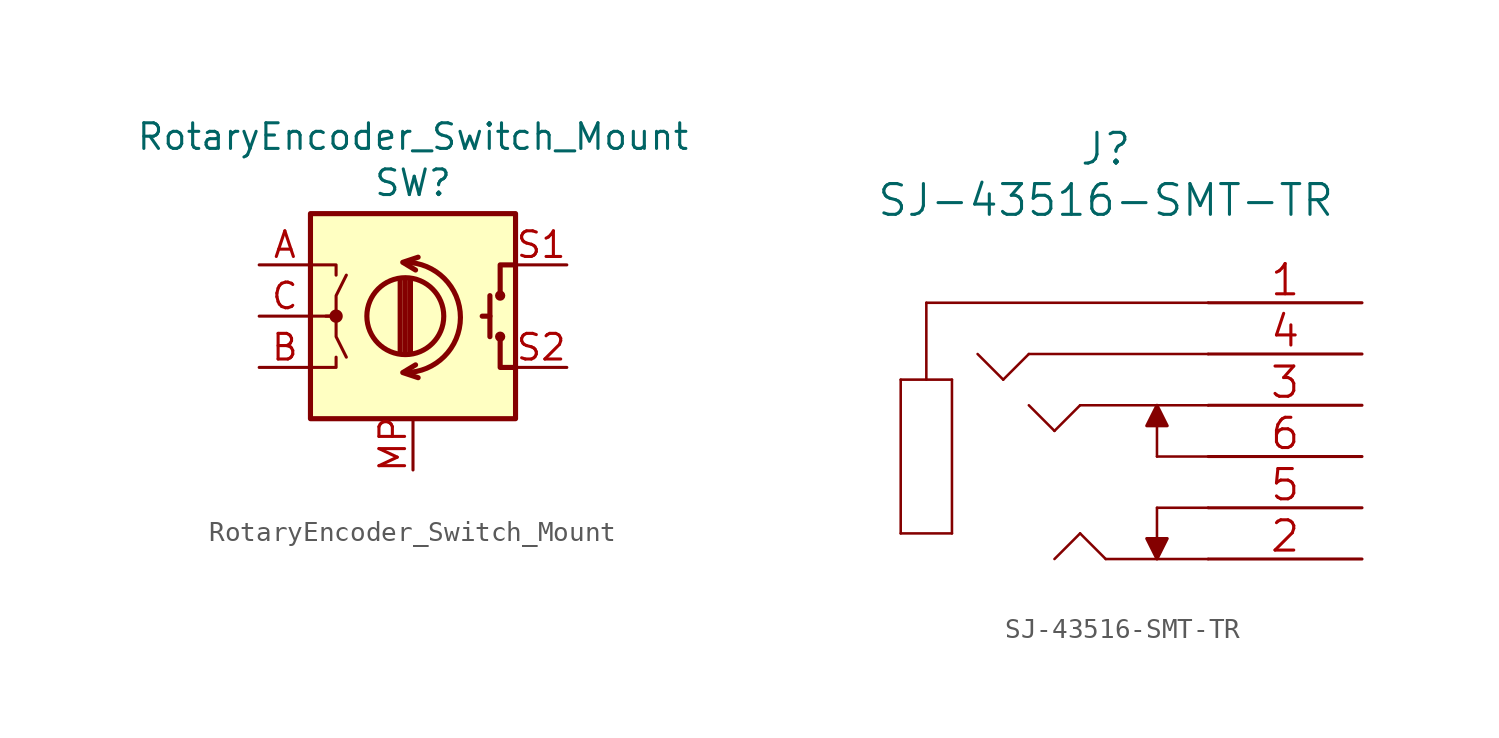
<source format=kicad_sym>
(kicad_symbol_lib
  (version 20211014)
  (generator kicad_symbol_editor)
  (symbol "RotaryEncoder_Switch_Mount"
    (pin_names
      (offset 0.254) hide)
    (property "Reference" "SW"
      (at 0 6.604 0)
      (effects (font (size 1.27 1.27))))
    (property "Value" "RotaryEncoder_Switch_Mount"
      (at 0 8.89 0)
      (effects (font (size 1.27 1.27))))
    (symbol "RotaryEncoder_Switch_Mount_0_1"
      (rectangle (start -5.08 5.08) (end 5.08 -5.08) (stroke (width 0.254) (type default) (color 0 0 0 0)) (fill (type background)))
      (circle (center -3.81 0) (radius 0.254) (stroke (width 0) (type default) (color 0 0 0 0)) (fill (type outline)))
      (arc (start -0.381 -2.794) (mid 2.3622 -0.0508) (end -0.381 2.667) (stroke (width 0.254) (type default) (color 0 0 0 0)) (fill (type none)))
      (circle (center -0.381 0) (radius 1.905) (stroke (width 0.254) (type default) (color 0 0 0 0)) (fill (type none)))
      (polyline (pts (xy -0.635 -1.778) (xy -0.635 1.778)) (stroke (width 0.254) (type default) (color 0 0 0 0)) (fill (type none)))
      (polyline (pts (xy -0.381 -1.778) (xy -0.381 1.778)) (stroke (width 0.254) (type default) (color 0 0 0 0)) (fill (type none)))
      (polyline (pts (xy -0.127 1.778) (xy -0.127 -1.778)) (stroke (width 0.254) (type default) (color 0 0 0 0)) (fill (type none)))
      (polyline (pts (xy 3.81 0) (xy 3.429 0)) (stroke (width 0.254) (type default) (color 0 0 0 0)) (fill (type none)))
      (polyline (pts (xy 3.81 1.016) (xy 3.81 -1.016)) (stroke (width 0.254) (type default) (color 0 0 0 0)) (fill (type none)))
      (polyline (pts (xy -5.08 -2.54) (xy -3.81 -2.54) (xy -3.81 -2.032)) (stroke (width 0) (type default) (color 0 0 0 0)) (fill (type none)))
      (polyline (pts (xy -5.08 2.54) (xy -3.81 2.54) (xy -3.81 2.032)) (stroke (width 0) (type default) (color 0 0 0 0)) (fill (type none)))
      (polyline (pts (xy 0.254 -3.048) (xy -0.508 -2.794) (xy 0.127 -2.413)) (stroke (width 0.254) (type default) (color 0 0 0 0)) (fill (type none)))
      (polyline (pts (xy 0.254 2.921) (xy -0.508 2.667) (xy 0.127 2.286)) (stroke (width 0.254) (type default) (color 0 0 0 0)) (fill (type none)))
      (polyline (pts (xy 5.08 -2.54) (xy 4.318 -2.54) (xy 4.318 -1.016)) (stroke (width 0.254) (type default) (color 0 0 0 0)) (fill (type none)))
      (polyline (pts (xy 5.08 2.54) (xy 4.318 2.54) (xy 4.318 1.016)) (stroke (width 0.254) (type default) (color 0 0 0 0)) (fill (type none)))
      (polyline (pts (xy -5.08 0) (xy -3.81 0) (xy -3.81 -1.016) (xy -3.302 -2.032)) (stroke (width 0) (type default) (color 0 0 0 0)) (fill (type none)))
      (polyline (pts (xy -4.318 0) (xy -3.81 0) (xy -3.81 1.016) (xy -3.302 2.032)) (stroke (width 0) (type default) (color 0 0 0 0)) (fill (type none)))
      (circle (center 4.318 -1.016) (radius 0.127) (stroke (width 0.254) (type default) (color 0 0 0 0)) (fill (type none)))
      (circle (center 4.318 1.016) (radius 0.127) (stroke (width 0.254) (type default) (color 0 0 0 0)) (fill (type none))))
    (symbol "RotaryEncoder_Switch_Mount_1_1"
      (pin passive line (at -7.62 2.54 0) (length 2.54) (name "A" (effects (font (size 1.27 1.27)))) (number "A" (effects (font (size 1.27 1.27)))))
      (pin passive line (at -7.62 -2.54 0) (length 2.54) (name "B" (effects (font (size 1.27 1.27)))) (number "B" (effects (font (size 1.27 1.27)))))
      (pin passive line (at -7.62 0 0) (length 2.54) (name "C" (effects (font (size 1.27 1.27)))) (number "C" (effects (font (size 1.27 1.27)))))
      (pin passive line (at 0 -7.62 90) (length 2.54) (name "MP" (effects (font (size 1.27 1.27)))) (number "MP" (effects (font (size 1.27 1.27)))))
      (pin passive line (at 7.62 2.54 180) (length 2.54) (name "S1" (effects (font (size 1.27 1.27)))) (number "S1" (effects (font (size 1.27 1.27)))))
      (pin passive line (at 7.62 -2.54 180) (length 2.54) (name "S2" (effects (font (size 1.27 1.27)))) (number "S2" (effects (font (size 1.27 1.27)))))))
  (symbol "SJ-43516-SMT-TR"
    (pin_names
      (offset -0.254) hide)
    (property "Reference" "J"
      (at -12.7 7.62 0)
      (effects (font (size 1.524 1.524))))
    (property "Value" "SJ-43516-SMT-TR"
      (at -12.7 5.08 0)
      (effects (font (size 1.524 1.524))))
    (symbol "SJ-43516-SMT-TR_1_1"
      (polyline (pts (xy -22.86 -11.43) (xy -22.86 -3.81)) (stroke (width 0.127) (type default) (color 0 0 0 0)) (fill (type none)))
      (polyline (pts (xy -22.86 -3.81) (xy -20.32 -3.81)) (stroke (width 0.127) (type default) (color 0 0 0 0)) (fill (type none)))
      (polyline (pts (xy -21.59 0) (xy -21.59 -3.81)) (stroke (width 0.127) (type default) (color 0 0 0 0)) (fill (type none)))
      (polyline (pts (xy -20.32 -11.43) (xy -22.86 -11.43)) (stroke (width 0.127) (type default) (color 0 0 0 0)) (fill (type none)))
      (polyline (pts (xy -20.32 -3.81) (xy -20.32 -11.43)) (stroke (width 0.127) (type default) (color 0 0 0 0)) (fill (type none)))
      (polyline (pts (xy -17.78 -3.81) (xy -19.05 -2.54)) (stroke (width 0.127) (type default) (color 0 0 0 0)) (fill (type none)))
      (polyline (pts (xy -17.78 -3.81) (xy -16.51 -2.54)) (stroke (width 0.127) (type default) (color 0 0 0 0)) (fill (type none)))
      (polyline (pts (xy -15.24 -6.35) (xy -16.51 -5.08)) (stroke (width 0.127) (type default) (color 0 0 0 0)) (fill (type none)))
      (polyline (pts (xy -13.97 -11.43) (xy -15.24 -12.7)) (stroke (width 0.127) (type default) (color 0 0 0 0)) (fill (type none)))
      (polyline (pts (xy -13.97 -5.08) (xy -15.24 -6.35)) (stroke (width 0.127) (type default) (color 0 0 0 0)) (fill (type none)))
      (polyline (pts (xy -12.7 -12.7) (xy -13.97 -11.43)) (stroke (width 0.127) (type default) (color 0 0 0 0)) (fill (type none)))
      (polyline (pts (xy -10.16 -10.16) (xy -10.16 -11.684)) (stroke (width 0.127) (type default) (color 0 0 0 0)) (fill (type none)))
      (polyline (pts (xy -10.16 -10.16) (xy -7.62 -10.16)) (stroke (width 0.127) (type default) (color 0 0 0 0)) (fill (type none)))
      (polyline (pts (xy -10.16 -6.096) (xy -10.16 -7.62)) (stroke (width 0.127) (type default) (color 0 0 0 0)) (fill (type none)))
      (polyline (pts (xy -7.62 -12.7) (xy -12.7 -12.7)) (stroke (width 0.127) (type default) (color 0 0 0 0)) (fill (type none)))
      (polyline (pts (xy -7.62 -7.62) (xy -10.16 -7.62)) (stroke (width 0.127) (type default) (color 0 0 0 0)) (fill (type none)))
      (polyline (pts (xy -7.62 -5.08) (xy -13.97 -5.08)) (stroke (width 0.127) (type default) (color 0 0 0 0)) (fill (type none)))
      (polyline (pts (xy -7.62 -2.54) (xy -16.51 -2.54)) (stroke (width 0.127) (type default) (color 0 0 0 0)) (fill (type none)))
      (polyline (pts (xy -7.62 0) (xy -21.59 0)) (stroke (width 0.127) (type default) (color 0 0 0 0)) (fill (type none)))
      (polyline (pts (xy -10.16 -12.7) (xy -9.652 -11.684) (xy -10.668 -11.684) (xy -10.16 -12.7)) (stroke (width 0) (type default) (color 0 0 0 0)) (fill (type outline)))
      (polyline (pts (xy -10.16 -5.08) (xy -10.668 -6.096) (xy -9.652 -6.096) (xy -10.16 -5.08)) (stroke (width 0) (type default) (color 0 0 0 0)) (fill (type outline)))
      (pin passive line (at 0 0 180) (length 7.62) (name "1" (effects (font (size 1.499 1.499)))) (number "1" (effects (font (size 1.499 1.499)))))
      (pin passive line (at 0 -12.7 180) (length 7.62) (name "2" (effects (font (size 1.499 1.499)))) (number "2" (effects (font (size 1.499 1.499)))))
      (pin passive line (at 0 -5.08 180) (length 7.62) (name "3" (effects (font (size 1.499 1.499)))) (number "3" (effects (font (size 1.499 1.499)))))
      (pin passive line (at 0 -2.54 180) (length 7.62) (name "4" (effects (font (size 1.499 1.499)))) (number "4" (effects (font (size 1.499 1.499)))))
      (pin passive line (at 0 -10.16 180) (length 7.62) (name "5" (effects (font (size 1.499 1.499)))) (number "5" (effects (font (size 1.499 1.499)))))
      (pin passive line (at 0 -7.62 180) (length 7.62) (name "6" (effects (font (size 1.499 1.499)))) (number "6" (effects (font (size 1.499 1.499))))))))
</source>
